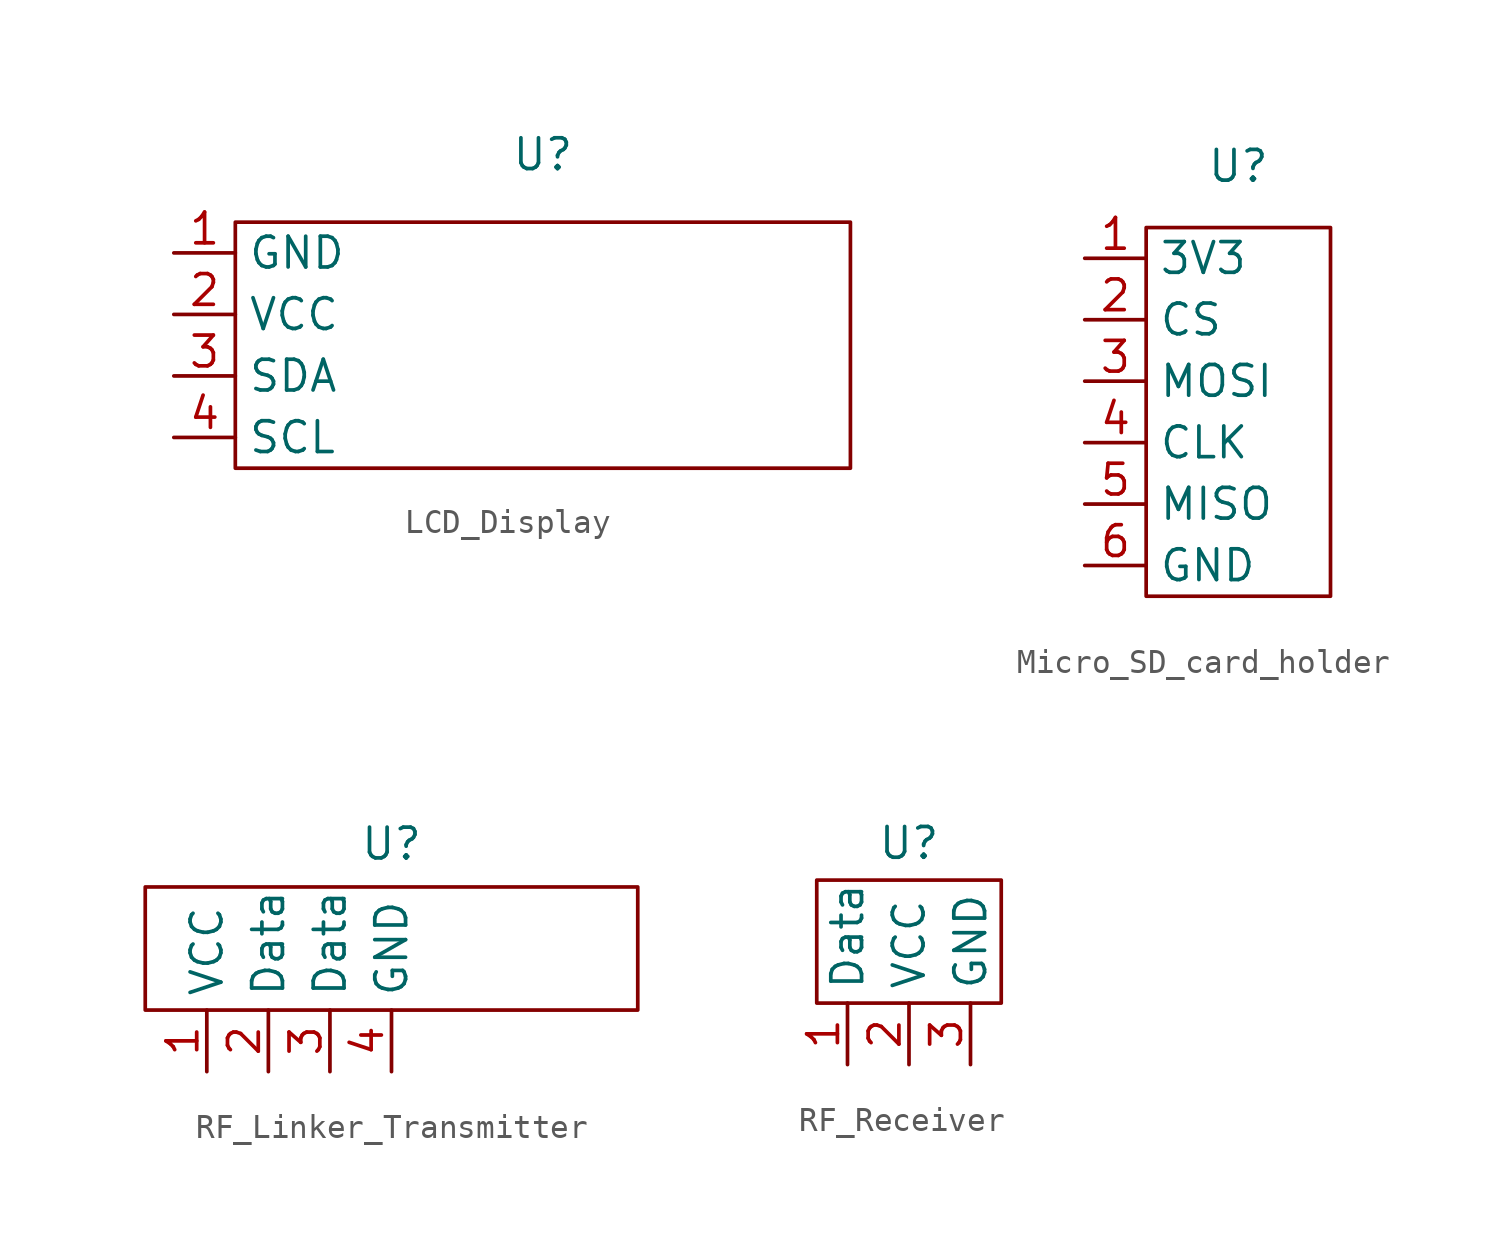
<source format=kicad_sym>
(kicad_symbol_lib
  (version 20231120)
  (generator "kicad_symbol_editor")
  (generator_version "8.0")
  (symbol "LCD_Display"
    (property "Reference" "U"
      (at 0 7.874 0)
      (effects (font (size 1.27 1.27))))
    (property "Value" ""
      (at 0 7.874 0)
      (effects (font (size 1.27 1.27))))
    (symbol "LCD_Display_0_1"
      (rectangle (start -12.7 5.08) (end 12.7 -5.08) (stroke (width 0) (type default)) (fill (type none))))
    (symbol "LCD_Display_1_1"
      (pin input line (at -15.24 3.81 0) (length 2.54) (name "GND" (effects (font (size 1.27 1.27)))) (number "1" (effects (font (size 1.27 1.27)))))
      (pin input line (at -15.24 1.27 0) (length 2.54) (name "VCC" (effects (font (size 1.27 1.27)))) (number "2" (effects (font (size 1.27 1.27)))))
      (pin input line (at -15.24 -1.27 0) (length 2.54) (name "SDA" (effects (font (size 1.27 1.27)))) (number "3" (effects (font (size 1.27 1.27)))))
      (pin input line (at -15.24 -3.81 0) (length 2.54) (name "SCL" (effects (font (size 1.27 1.27)))) (number "4" (effects (font (size 1.27 1.27)))))))
  (symbol "Micro_SD_card_holder"
    (property "Reference" "U"
      (at 0 10.16 0)
      (effects (font (size 1.27 1.27))))
    (property "Value" ""
      (at 3.556 4.318 0)
      (effects (font (size 1.27 1.27))))
    (symbol "Micro_SD_card_holder_0_1"
      (rectangle (start -3.81 7.62) (end 3.81 -7.62) (stroke (width 0) (type default)) (fill (type none))))
    (symbol "Micro_SD_card_holder_1_1"
      (pin input line (at -6.35 6.35 0) (length 2.54) (name "3V3" (effects (font (size 1.27 1.27)))) (number "1" (effects (font (size 1.27 1.27)))))
      (pin input line (at -6.35 3.81 0) (length 2.54) (name "CS" (effects (font (size 1.27 1.27)))) (number "2" (effects (font (size 1.27 1.27)))))
      (pin input line (at -6.35 1.27 0) (length 2.54) (name "MOSI" (effects (font (size 1.27 1.27)))) (number "3" (effects (font (size 1.27 1.27)))))
      (pin input line (at -6.35 -1.27 0) (length 2.54) (name "CLK" (effects (font (size 1.27 1.27)))) (number "4" (effects (font (size 1.27 1.27)))))
      (pin input line (at -6.35 -3.81 0) (length 2.54) (name "MISO" (effects (font (size 1.27 1.27)))) (number "5" (effects (font (size 1.27 1.27)))))
      (pin input line (at -6.35 -6.35 0) (length 2.54) (name "GND" (effects (font (size 1.27 1.27)))) (number "6" (effects (font (size 1.27 1.27)))))))
  (symbol "RF_Linker_Transmitter"
    (property "Reference" "U"
      (at 0 4.318 0)
      (effects (font (size 1.27 1.27))))
    (property "Value" ""
      (at 0 4.318 0)
      (effects (font (size 1.27 1.27))))
    (symbol "RF_Linker_Transmitter_0_1"
      (rectangle (start -10.16 2.54) (end 10.16 -2.54) (stroke (width 0) (type default)) (fill (type none))))
    (symbol "RF_Linker_Transmitter_1_1"
      (pin input line (at -7.62 -5.08 90) (length 2.54) (name "VCC" (effects (font (size 1.27 1.27)))) (number "1" (effects (font (size 1.27 1.27)))))
      (pin input line (at -5.08 -5.08 90) (length 2.54) (name "Data" (effects (font (size 1.27 1.27)))) (number "2" (effects (font (size 1.27 1.27)))))
      (pin input line (at -2.54 -5.08 90) (length 2.54) (name "Data" (effects (font (size 1.27 1.27)))) (number "3" (effects (font (size 1.27 1.27)))))
      (pin input line (at 0 -5.08 90) (length 2.54) (name "GND" (effects (font (size 1.27 1.27)))) (number "4" (effects (font (size 1.27 1.27)))))))
  (symbol "RF_Receiver"
    (property "Reference" "U"
      (at 0 4.064 0)
      (effects (font (size 1.27 1.27))))
    (property "Value" ""
      (at 0 4.064 0)
      (effects (font (size 1.27 1.27))))
    (symbol "RF_Receiver_0_1"
      (rectangle (start -3.81 2.54) (end 3.81 -2.54) (stroke (width 0) (type default)) (fill (type none))))
    (symbol "RF_Receiver_1_1"
      (pin input line (at -2.54 -5.08 90) (length 2.54) (name "Data" (effects (font (size 1.27 1.27)))) (number "1" (effects (font (size 1.27 1.27)))))
      (pin input line (at 0 -5.08 90) (length 2.54) (name "VCC" (effects (font (size 1.27 1.27)))) (number "2" (effects (font (size 1.27 1.27)))))
      (pin input line (at 2.54 -5.08 90) (length 2.54) (name "GND" (effects (font (size 1.27 1.27)))) (number "3" (effects (font (size 1.27 1.27))))))))
</source>
